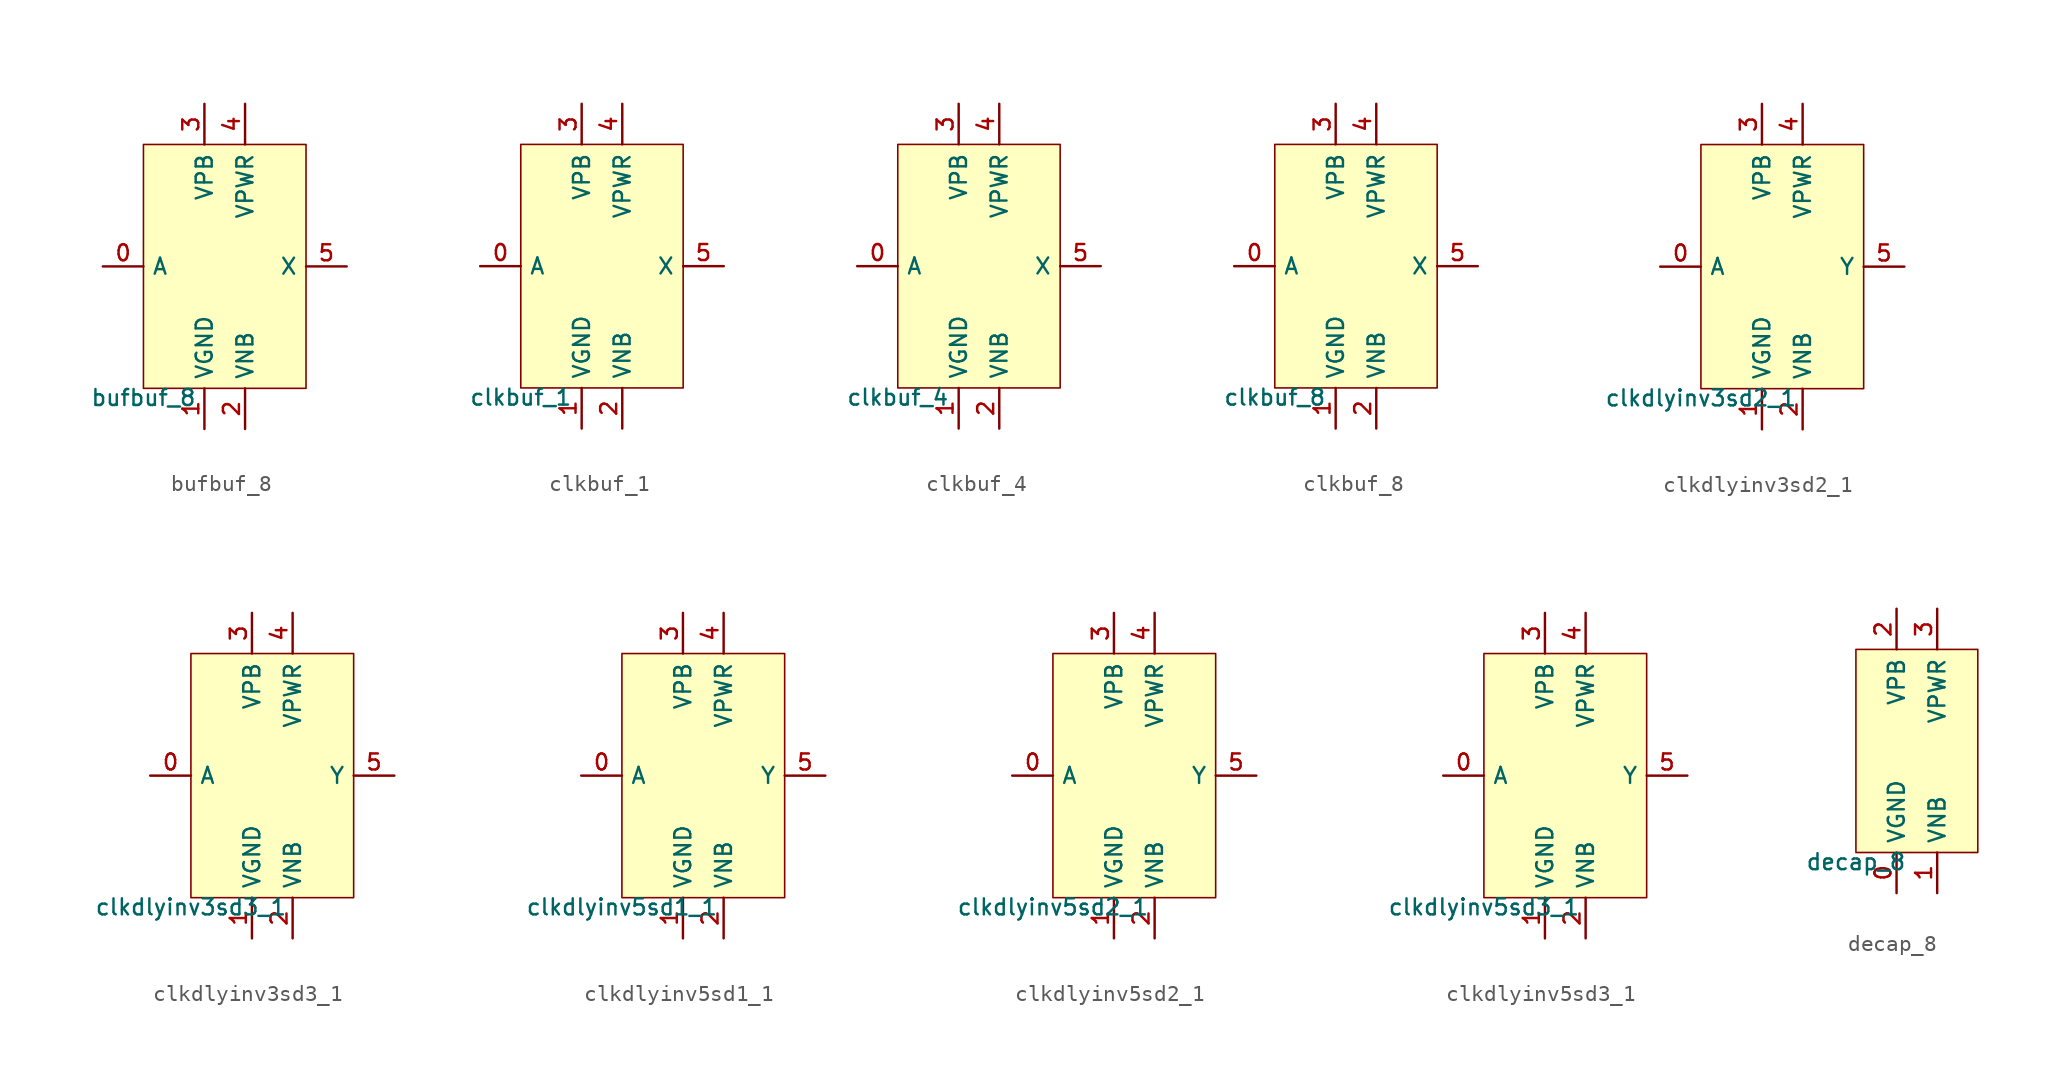
<source format=kicad_sym>
(kicad_symbol_lib
  (version 20211014)
  (generator lef2kicad_sym)
  (symbol "bufbuf_8"
    (property "Reference" "CELL"
      (at 0 0 0)
      (effects (font (size 1 1)) hide))
    (property "Value" "bufbuf_8"
      (at -5.08 -7.62 0)
      (effects (font (size 1 1)) (justify top)))
    (rectangle
      (start -5.08 -7.62)
      (end 5.08 7.62)
      (stroke (width 0.1) (type solid) (color 0 0 0 0))
      (fill (type background)))
    (pin input line
      (at -7.62 0.0 0)
      (length 2.54)
      (name "A" (effects (font (size 1 1)) hide))
      (number "0" (effects (font (size 1 1)) hide)))
    (pin power_in line
      (at -1.27 -10.16 90)
      (length 2.54)
      (name "VGND" (effects (font (size 1 1)) hide))
      (number "1" (effects (font (size 1 1)) hide)))
    (pin power_in line
      (at 1.27 -10.16 90)
      (length 2.54)
      (name "VNB" (effects (font (size 1 1)) hide))
      (number "2" (effects (font (size 1 1)) hide)))
    (pin power_in line
      (at -1.27 10.16 270)
      (length 2.54)
      (name "VPB" (effects (font (size 1 1)) hide))
      (number "3" (effects (font (size 1 1)) hide)))
    (pin power_in line
      (at 1.27 10.16 270)
      (length 2.54)
      (name "VPWR" (effects (font (size 1 1)) hide))
      (number "4" (effects (font (size 1 1)) hide)))
    (pin output line
      (at 7.62 0.0 180)
      (length 2.54)
      (name "X" (effects (font (size 1 1)) hide))
      (number "5" (effects (font (size 1 1)) hide))))
  (symbol "clkbuf_1"
    (property "Reference" "CELL"
      (at 0 0 0)
      (effects (font (size 1 1)) hide))
    (property "Value" "clkbuf_1"
      (at -5.08 -7.62 0)
      (effects (font (size 1 1)) (justify top)))
    (rectangle
      (start -5.08 -7.62)
      (end 5.08 7.62)
      (stroke (width 0.1) (type solid) (color 0 0 0 0))
      (fill (type background)))
    (pin input line
      (at -7.62 0.0 0)
      (length 2.54)
      (name "A" (effects (font (size 1 1)) hide))
      (number "0" (effects (font (size 1 1)) hide)))
    (pin power_in line
      (at -1.27 -10.16 90)
      (length 2.54)
      (name "VGND" (effects (font (size 1 1)) hide))
      (number "1" (effects (font (size 1 1)) hide)))
    (pin power_in line
      (at 1.27 -10.16 90)
      (length 2.54)
      (name "VNB" (effects (font (size 1 1)) hide))
      (number "2" (effects (font (size 1 1)) hide)))
    (pin power_in line
      (at -1.27 10.16 270)
      (length 2.54)
      (name "VPB" (effects (font (size 1 1)) hide))
      (number "3" (effects (font (size 1 1)) hide)))
    (pin power_in line
      (at 1.27 10.16 270)
      (length 2.54)
      (name "VPWR" (effects (font (size 1 1)) hide))
      (number "4" (effects (font (size 1 1)) hide)))
    (pin output line
      (at 7.62 0.0 180)
      (length 2.54)
      (name "X" (effects (font (size 1 1)) hide))
      (number "5" (effects (font (size 1 1)) hide))))
  (symbol "clkbuf_4"
    (property "Reference" "CELL"
      (at 0 0 0)
      (effects (font (size 1 1)) hide))
    (property "Value" "clkbuf_4"
      (at -5.08 -7.62 0)
      (effects (font (size 1 1)) (justify top)))
    (rectangle
      (start -5.08 -7.62)
      (end 5.08 7.62)
      (stroke (width 0.1) (type solid) (color 0 0 0 0))
      (fill (type background)))
    (pin input line
      (at -7.62 0.0 0)
      (length 2.54)
      (name "A" (effects (font (size 1 1)) hide))
      (number "0" (effects (font (size 1 1)) hide)))
    (pin power_in line
      (at -1.27 -10.16 90)
      (length 2.54)
      (name "VGND" (effects (font (size 1 1)) hide))
      (number "1" (effects (font (size 1 1)) hide)))
    (pin power_in line
      (at 1.27 -10.16 90)
      (length 2.54)
      (name "VNB" (effects (font (size 1 1)) hide))
      (number "2" (effects (font (size 1 1)) hide)))
    (pin power_in line
      (at -1.27 10.16 270)
      (length 2.54)
      (name "VPB" (effects (font (size 1 1)) hide))
      (number "3" (effects (font (size 1 1)) hide)))
    (pin power_in line
      (at 1.27 10.16 270)
      (length 2.54)
      (name "VPWR" (effects (font (size 1 1)) hide))
      (number "4" (effects (font (size 1 1)) hide)))
    (pin output line
      (at 7.62 0.0 180)
      (length 2.54)
      (name "X" (effects (font (size 1 1)) hide))
      (number "5" (effects (font (size 1 1)) hide))))
  (symbol "clkbuf_8"
    (property "Reference" "CELL"
      (at 0 0 0)
      (effects (font (size 1 1)) hide))
    (property "Value" "clkbuf_8"
      (at -5.08 -7.62 0)
      (effects (font (size 1 1)) (justify top)))
    (rectangle
      (start -5.08 -7.62)
      (end 5.08 7.62)
      (stroke (width 0.1) (type solid) (color 0 0 0 0))
      (fill (type background)))
    (pin input line
      (at -7.62 0.0 0)
      (length 2.54)
      (name "A" (effects (font (size 1 1)) hide))
      (number "0" (effects (font (size 1 1)) hide)))
    (pin power_in line
      (at -1.27 -10.16 90)
      (length 2.54)
      (name "VGND" (effects (font (size 1 1)) hide))
      (number "1" (effects (font (size 1 1)) hide)))
    (pin power_in line
      (at 1.27 -10.16 90)
      (length 2.54)
      (name "VNB" (effects (font (size 1 1)) hide))
      (number "2" (effects (font (size 1 1)) hide)))
    (pin power_in line
      (at -1.27 10.16 270)
      (length 2.54)
      (name "VPB" (effects (font (size 1 1)) hide))
      (number "3" (effects (font (size 1 1)) hide)))
    (pin power_in line
      (at 1.27 10.16 270)
      (length 2.54)
      (name "VPWR" (effects (font (size 1 1)) hide))
      (number "4" (effects (font (size 1 1)) hide)))
    (pin output line
      (at 7.62 0.0 180)
      (length 2.54)
      (name "X" (effects (font (size 1 1)) hide))
      (number "5" (effects (font (size 1 1)) hide))))
  (symbol "clkdlyinv3sd2_1"
    (property "Reference" "CELL"
      (at 0 0 0)
      (effects (font (size 1 1)) hide))
    (property "Value" "clkdlyinv3sd2_1"
      (at -5.08 -7.62 0)
      (effects (font (size 1 1)) (justify top)))
    (rectangle
      (start -5.08 -7.62)
      (end 5.08 7.62)
      (stroke (width 0.1) (type solid) (color 0 0 0 0))
      (fill (type background)))
    (pin input line
      (at -7.62 0.0 0)
      (length 2.54)
      (name "A" (effects (font (size 1 1)) hide))
      (number "0" (effects (font (size 1 1)) hide)))
    (pin power_in line
      (at -1.27 -10.16 90)
      (length 2.54)
      (name "VGND" (effects (font (size 1 1)) hide))
      (number "1" (effects (font (size 1 1)) hide)))
    (pin power_in line
      (at 1.27 -10.16 90)
      (length 2.54)
      (name "VNB" (effects (font (size 1 1)) hide))
      (number "2" (effects (font (size 1 1)) hide)))
    (pin power_in line
      (at -1.27 10.16 270)
      (length 2.54)
      (name "VPB" (effects (font (size 1 1)) hide))
      (number "3" (effects (font (size 1 1)) hide)))
    (pin power_in line
      (at 1.27 10.16 270)
      (length 2.54)
      (name "VPWR" (effects (font (size 1 1)) hide))
      (number "4" (effects (font (size 1 1)) hide)))
    (pin output line
      (at 7.62 0.0 180)
      (length 2.54)
      (name "Y" (effects (font (size 1 1)) hide))
      (number "5" (effects (font (size 1 1)) hide))))
  (symbol "clkdlyinv3sd3_1"
    (property "Reference" "CELL"
      (at 0 0 0)
      (effects (font (size 1 1)) hide))
    (property "Value" "clkdlyinv3sd3_1"
      (at -5.08 -7.62 0)
      (effects (font (size 1 1)) (justify top)))
    (rectangle
      (start -5.08 -7.62)
      (end 5.08 7.62)
      (stroke (width 0.1) (type solid) (color 0 0 0 0))
      (fill (type background)))
    (pin input line
      (at -7.62 0.0 0)
      (length 2.54)
      (name "A" (effects (font (size 1 1)) hide))
      (number "0" (effects (font (size 1 1)) hide)))
    (pin power_in line
      (at -1.27 -10.16 90)
      (length 2.54)
      (name "VGND" (effects (font (size 1 1)) hide))
      (number "1" (effects (font (size 1 1)) hide)))
    (pin power_in line
      (at 1.27 -10.16 90)
      (length 2.54)
      (name "VNB" (effects (font (size 1 1)) hide))
      (number "2" (effects (font (size 1 1)) hide)))
    (pin power_in line
      (at -1.27 10.16 270)
      (length 2.54)
      (name "VPB" (effects (font (size 1 1)) hide))
      (number "3" (effects (font (size 1 1)) hide)))
    (pin power_in line
      (at 1.27 10.16 270)
      (length 2.54)
      (name "VPWR" (effects (font (size 1 1)) hide))
      (number "4" (effects (font (size 1 1)) hide)))
    (pin output line
      (at 7.62 0.0 180)
      (length 2.54)
      (name "Y" (effects (font (size 1 1)) hide))
      (number "5" (effects (font (size 1 1)) hide))))
  (symbol "clkdlyinv5sd1_1"
    (property "Reference" "CELL"
      (at 0 0 0)
      (effects (font (size 1 1)) hide))
    (property "Value" "clkdlyinv5sd1_1"
      (at -5.08 -7.62 0)
      (effects (font (size 1 1)) (justify top)))
    (rectangle
      (start -5.08 -7.62)
      (end 5.08 7.62)
      (stroke (width 0.1) (type solid) (color 0 0 0 0))
      (fill (type background)))
    (pin input line
      (at -7.62 0.0 0)
      (length 2.54)
      (name "A" (effects (font (size 1 1)) hide))
      (number "0" (effects (font (size 1 1)) hide)))
    (pin power_in line
      (at -1.27 -10.16 90)
      (length 2.54)
      (name "VGND" (effects (font (size 1 1)) hide))
      (number "1" (effects (font (size 1 1)) hide)))
    (pin power_in line
      (at 1.27 -10.16 90)
      (length 2.54)
      (name "VNB" (effects (font (size 1 1)) hide))
      (number "2" (effects (font (size 1 1)) hide)))
    (pin power_in line
      (at -1.27 10.16 270)
      (length 2.54)
      (name "VPB" (effects (font (size 1 1)) hide))
      (number "3" (effects (font (size 1 1)) hide)))
    (pin power_in line
      (at 1.27 10.16 270)
      (length 2.54)
      (name "VPWR" (effects (font (size 1 1)) hide))
      (number "4" (effects (font (size 1 1)) hide)))
    (pin output line
      (at 7.62 0.0 180)
      (length 2.54)
      (name "Y" (effects (font (size 1 1)) hide))
      (number "5" (effects (font (size 1 1)) hide))))
  (symbol "clkdlyinv5sd2_1"
    (property "Reference" "CELL"
      (at 0 0 0)
      (effects (font (size 1 1)) hide))
    (property "Value" "clkdlyinv5sd2_1"
      (at -5.08 -7.62 0)
      (effects (font (size 1 1)) (justify top)))
    (rectangle
      (start -5.08 -7.62)
      (end 5.08 7.62)
      (stroke (width 0.1) (type solid) (color 0 0 0 0))
      (fill (type background)))
    (pin input line
      (at -7.62 0.0 0)
      (length 2.54)
      (name "A" (effects (font (size 1 1)) hide))
      (number "0" (effects (font (size 1 1)) hide)))
    (pin power_in line
      (at -1.27 -10.16 90)
      (length 2.54)
      (name "VGND" (effects (font (size 1 1)) hide))
      (number "1" (effects (font (size 1 1)) hide)))
    (pin power_in line
      (at 1.27 -10.16 90)
      (length 2.54)
      (name "VNB" (effects (font (size 1 1)) hide))
      (number "2" (effects (font (size 1 1)) hide)))
    (pin power_in line
      (at -1.27 10.16 270)
      (length 2.54)
      (name "VPB" (effects (font (size 1 1)) hide))
      (number "3" (effects (font (size 1 1)) hide)))
    (pin power_in line
      (at 1.27 10.16 270)
      (length 2.54)
      (name "VPWR" (effects (font (size 1 1)) hide))
      (number "4" (effects (font (size 1 1)) hide)))
    (pin output line
      (at 7.62 0.0 180)
      (length 2.54)
      (name "Y" (effects (font (size 1 1)) hide))
      (number "5" (effects (font (size 1 1)) hide))))
  (symbol "clkdlyinv5sd3_1"
    (property "Reference" "CELL"
      (at 0 0 0)
      (effects (font (size 1 1)) hide))
    (property "Value" "clkdlyinv5sd3_1"
      (at -5.08 -7.62 0)
      (effects (font (size 1 1)) (justify top)))
    (rectangle
      (start -5.08 -7.62)
      (end 5.08 7.62)
      (stroke (width 0.1) (type solid) (color 0 0 0 0))
      (fill (type background)))
    (pin input line
      (at -7.62 0.0 0)
      (length 2.54)
      (name "A" (effects (font (size 1 1)) hide))
      (number "0" (effects (font (size 1 1)) hide)))
    (pin power_in line
      (at -1.27 -10.16 90)
      (length 2.54)
      (name "VGND" (effects (font (size 1 1)) hide))
      (number "1" (effects (font (size 1 1)) hide)))
    (pin power_in line
      (at 1.27 -10.16 90)
      (length 2.54)
      (name "VNB" (effects (font (size 1 1)) hide))
      (number "2" (effects (font (size 1 1)) hide)))
    (pin power_in line
      (at -1.27 10.16 270)
      (length 2.54)
      (name "VPB" (effects (font (size 1 1)) hide))
      (number "3" (effects (font (size 1 1)) hide)))
    (pin power_in line
      (at 1.27 10.16 270)
      (length 2.54)
      (name "VPWR" (effects (font (size 1 1)) hide))
      (number "4" (effects (font (size 1 1)) hide)))
    (pin output line
      (at 7.62 0.0 180)
      (length 2.54)
      (name "Y" (effects (font (size 1 1)) hide))
      (number "5" (effects (font (size 1 1)) hide))))
  (symbol "decap_8"
    (property "Reference" "CELL"
      (at 0 0 0)
      (effects (font (size 1 1)) hide))
    (property "Value" "decap_8"
      (at -3.81 -6.35 0)
      (effects (font (size 1 1)) (justify top)))
    (rectangle
      (start -3.81 -6.35)
      (end 3.81 6.35)
      (stroke (width 0.1) (type solid) (color 0 0 0 0))
      (fill (type background)))
    (pin power_in line
      (at -1.27 -8.89 90)
      (length 2.54)
      (name "VGND" (effects (font (size 1 1)) hide))
      (number "0" (effects (font (size 1 1)) hide)))
    (pin power_in line
      (at 1.27 -8.89 90)
      (length 2.54)
      (name "VNB" (effects (font (size 1 1)) hide))
      (number "1" (effects (font (size 1 1)) hide)))
    (pin power_in line
      (at -1.27 8.89 270)
      (length 2.54)
      (name "VPB" (effects (font (size 1 1)) hide))
      (number "2" (effects (font (size 1 1)) hide)))
    (pin power_in line
      (at 1.27 8.89 270)
      (length 2.54)
      (name "VPWR" (effects (font (size 1 1)) hide))
      (number "3" (effects (font (size 1 1)) hide)))))
</source>
